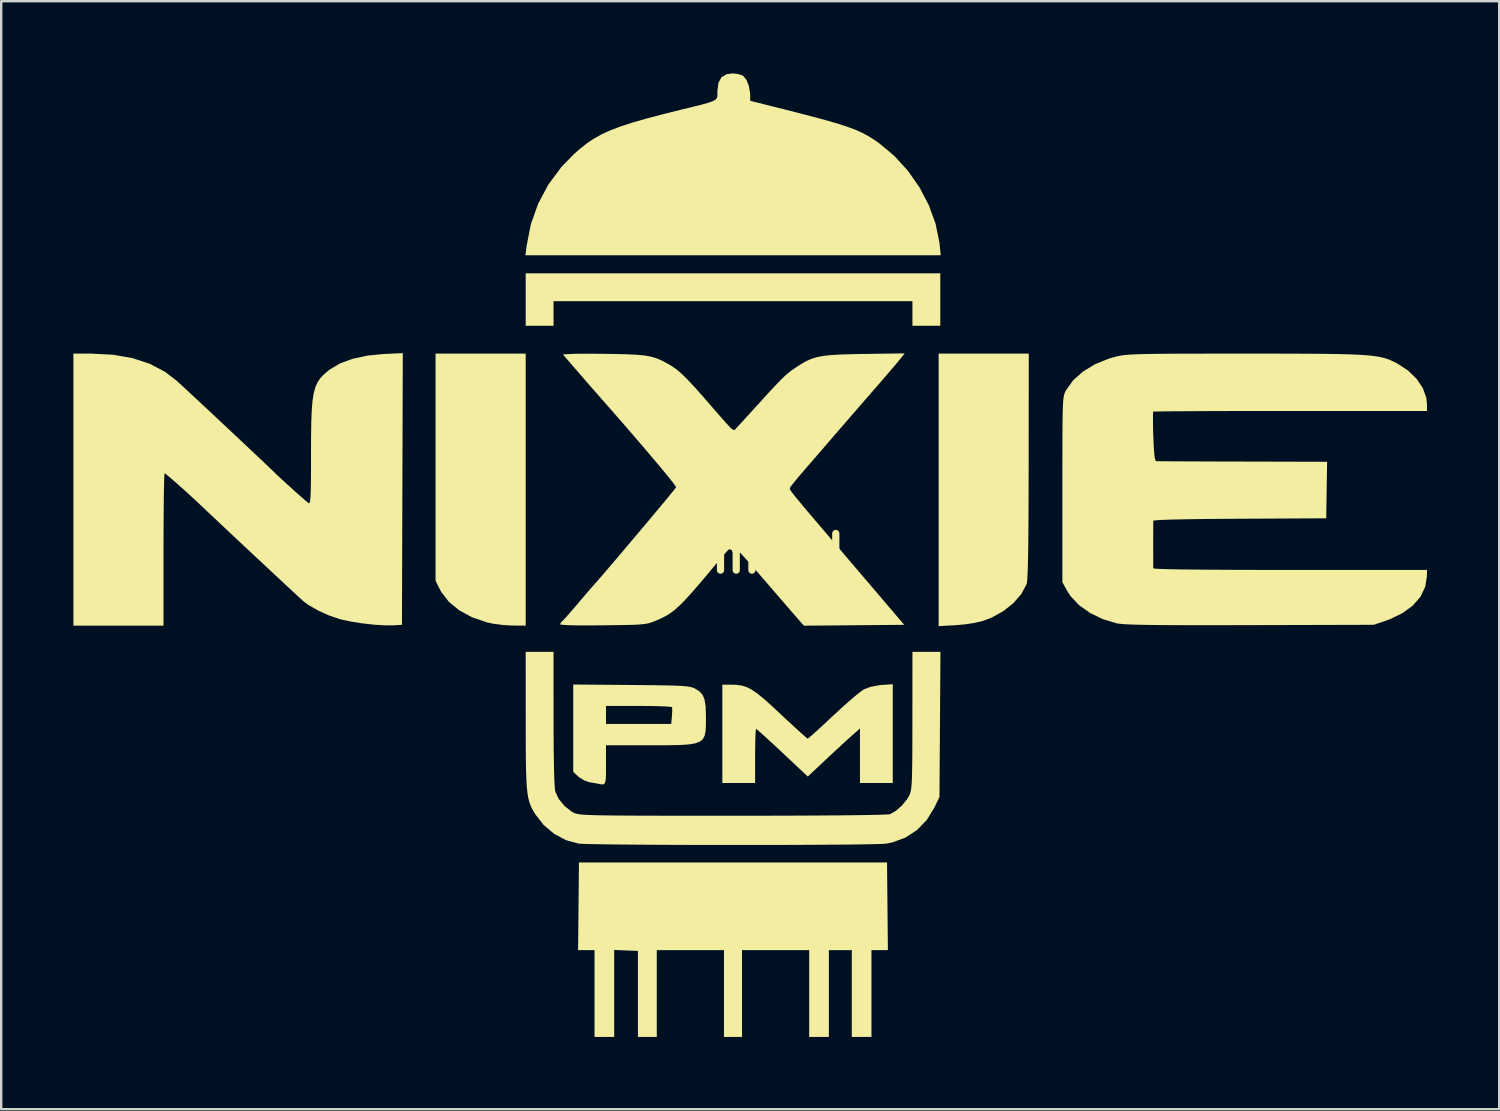
<source format=kicad_pcb>
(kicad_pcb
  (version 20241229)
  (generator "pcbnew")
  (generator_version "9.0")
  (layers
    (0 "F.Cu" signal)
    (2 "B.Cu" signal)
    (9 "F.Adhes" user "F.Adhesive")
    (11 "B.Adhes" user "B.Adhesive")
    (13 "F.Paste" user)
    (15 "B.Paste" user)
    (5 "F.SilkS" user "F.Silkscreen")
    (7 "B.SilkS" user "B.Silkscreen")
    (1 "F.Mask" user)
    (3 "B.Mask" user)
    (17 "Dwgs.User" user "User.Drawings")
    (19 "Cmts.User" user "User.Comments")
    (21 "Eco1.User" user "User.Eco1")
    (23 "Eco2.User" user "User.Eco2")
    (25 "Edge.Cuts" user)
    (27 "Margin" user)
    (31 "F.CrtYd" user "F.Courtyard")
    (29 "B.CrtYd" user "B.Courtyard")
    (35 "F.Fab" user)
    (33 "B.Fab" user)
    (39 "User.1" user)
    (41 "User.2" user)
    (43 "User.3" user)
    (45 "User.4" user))
  (footprint "symbol"
    (layer "F.Cu")
    (at 28.124 19.952)
    (property "Reference" "symbol" (at 0 0 0) (layer "F.SilkS") (effects (font (size 1.524 1.524) (thickness 0.3))))
    (attr board_only exclude_from_pos_files exclude_from_bom)
    (fp_poly (pts (xy 7.899 -9.465) (xy 6.742 -9.465) (xy 6.742 -10.487) (xy -8.172 -10.487) (xy -8.172 -9.465) (xy -9.329 -9.465) (xy -9.329 -11.645) (xy 7.899 -11.645)) (stroke (width 0) (type solid)) (fill yes) (layer "F.SilkS"))
    (fp_poly (pts (xy -9.329 2.996) (xy -9.891 2.992) (xy -10.267 2.971) (xy -10.662 2.919) (xy -10.939 2.861) (xy -11.559 2.648) (xy -12.089 2.362) (xy -12.519 2.009) (xy -12.836 1.6) (xy -12.899 1.484) (xy -13.075 1.131) (xy -13.075 -8.308) (xy -9.329 -8.308)) (stroke (width 0) (type solid)) (fill yes) (layer "F.SilkS"))
    (fp_poly (pts (xy 11.571 -3.626) (xy 11.569 -2.623) (xy 11.566 -1.75) (xy 11.561 -1.001) (xy 11.555 -0.37) (xy 11.547 0.15) (xy 11.537 0.564) (xy 11.525 0.879) (xy 11.512 1.1) (xy 11.496 1.234) (xy 11.486 1.272) (xy 11.27 1.677) (xy 10.941 2.057) (xy 10.523 2.391) (xy 10.037 2.66) (xy 9.68 2.797) (xy 9.342 2.879) (xy 8.925 2.943) (xy 8.529 2.978) (xy 7.831 3.016) (xy 7.831 -8.308) (xy 11.576 -8.308)) (stroke (width 0) (type solid)) (fill yes) (layer "F.SilkS"))
    (fp_poly (pts (xy 5.704 14.658) (xy 5.722 16.479) (xy 5.039 16.479) (xy 5.039 20.088) (xy 4.222 20.088) (xy 4.222 16.479) (xy 3.269 16.479) (xy 3.269 20.088) (xy 2.451 20.088) (xy 2.451 16.479) (xy -0.34 16.479) (xy -0.34 20.088) (xy -1.09 20.088) (xy -1.09 16.479) (xy -3.882 16.479) (xy -3.882 20.088) (xy -4.665 20.088) (xy -4.665 16.513) (xy -5.158 16.493) (xy -5.652 16.473) (xy -5.652 20.088) (xy -6.469 20.088) (xy -6.469 16.479) (xy -7.152 16.479) (xy -7.134 14.658) (xy -7.116 12.836) (xy 5.686 12.836)) (stroke (width 0) (type solid)) (fill yes) (layer "F.SilkS"))
    (fp_poly (pts (xy 5.924 9.534) (xy 4.562 9.534) (xy 4.562 7.269) (xy 4.224 7.567) (xy 4.049 7.724) (xy 3.804 7.948) (xy 3.518 8.213) (xy 3.221 8.49) (xy 3.139 8.566) (xy 2.393 9.267) (xy 1.339 8.277) (xy 1.025 7.984) (xy 0.745 7.725) (xy 0.513 7.514) (xy 0.344 7.365) (xy 0.255 7.292) (xy 0.245 7.286) (xy 0.231 7.351) (xy 0.22 7.529) (xy 0.211 7.798) (xy 0.206 8.136) (xy 0.204 8.41) (xy 0.204 9.534) (xy -1.158 9.534) (xy -1.158 5.448) (xy -0.83 5.448) (xy -0.578 5.455) (xy -0.358 5.485) (xy -0.152 5.548) (xy 0.061 5.655) (xy 0.297 5.817) (xy 0.577 6.045) (xy 0.918 6.35) (xy 1.261 6.67) (xy 1.58 6.968) (xy 1.866 7.232) (xy 2.104 7.448) (xy 2.279 7.604) (xy 2.376 7.685) (xy 2.39 7.693) (xy 2.449 7.649) (xy 2.592 7.525) (xy 2.803 7.335) (xy 3.066 7.093) (xy 3.367 6.812) (xy 3.445 6.739) (xy 3.77 6.437) (xy 4.081 6.161) (xy 4.356 5.925) (xy 4.576 5.748) (xy 4.72 5.646) (xy 4.733 5.639) (xy 5.004 5.539) (xy 5.349 5.473) (xy 5.465 5.462) (xy 5.924 5.429)) (stroke (width 0) (type solid)) (fill yes) (layer "F.SilkS"))
    (fp_poly (pts (xy -0.512 -19.928) (xy -0.326 -19.869) (xy -0.29 -19.848) (xy -0.159 -19.688) (xy -0.058 -19.437) (xy -0.005 -19.139) (xy -0.00038 -19.026) (xy 0 -18.814) (xy 1.413 -18.458) (xy 2.153 -18.27) (xy 2.776 -18.107) (xy 3.296 -17.964) (xy 3.729 -17.836) (xy 4.089 -17.716) (xy 4.392 -17.601) (xy 4.653 -17.484) (xy 4.886 -17.36) (xy 5.107 -17.224) (xy 5.331 -17.071) (xy 5.341 -17.064) (xy 5.981 -16.532) (xy 6.55 -15.909) (xy 7.036 -15.215) (xy 7.424 -14.473) (xy 7.704 -13.701) (xy 7.863 -12.923) (xy 7.872 -12.84) (xy 7.918 -12.394) (xy -9.339 -12.394) (xy -9.291 -12.785) (xy -9.115 -13.684) (xy -8.813 -14.535) (xy -8.39 -15.329) (xy -7.849 -16.058) (xy -7.349 -16.575) (xy -7.065 -16.827) (xy -6.785 -17.047) (xy -6.493 -17.243) (xy -6.174 -17.42) (xy -5.813 -17.586) (xy -5.394 -17.745) (xy -4.903 -17.905) (xy -4.324 -18.072) (xy -3.642 -18.252) (xy -2.842 -18.452) (xy -2.839 -18.453) (xy -2.361 -18.569) (xy -1.998 -18.66) (xy -1.736 -18.733) (xy -1.557 -18.796) (xy -1.446 -18.859) (xy -1.387 -18.928) (xy -1.364 -19.013) (xy -1.361 -19.123) (xy -1.362 -19.226) (xy -1.32 -19.561) (xy -1.192 -19.791) (xy -0.976 -19.92) (xy -0.733 -19.952)) (stroke (width 0) (type solid)) (fill yes) (layer "F.SilkS"))
    (fp_poly (pts (xy -4.954 5.462) (xy -4.312 5.468) (xy -3.792 5.474) (xy -3.378 5.482) (xy -3.057 5.491) (xy -2.813 5.504) (xy -2.632 5.52) (xy -2.498 5.541) (xy -2.399 5.567) (xy -2.318 5.599) (xy -2.295 5.61) (xy -2.108 5.726) (xy -1.978 5.871) (xy -1.896 6.07) (xy -1.853 6.351) (xy -1.839 6.736) (xy -1.839 6.811) (xy -1.84 7.12) (xy -1.852 7.368) (xy -1.89 7.562) (xy -1.965 7.709) (xy -2.092 7.816) (xy -2.283 7.888) (xy -2.553 7.933) (xy -2.915 7.956) (xy -3.381 7.966) (xy -3.967 7.967) (xy -4.185 7.967) (xy -5.992 7.967) (xy -5.992 8.784) (xy -5.993 9.137) (xy -6.002 9.375) (xy -6.027 9.516) (xy -6.077 9.583) (xy -6.162 9.595) (xy -6.29 9.573) (xy -6.333 9.564) (xy -6.466 9.539) (xy -6.659 9.506) (xy -6.686 9.502) (xy -6.904 9.426) (xy -7.116 9.292) (xy -7.145 9.266) (xy -7.354 9.07) (xy -7.354 7.082) (xy -5.992 7.082) (xy -3.282 7.082) (xy -3.253 6.759) (xy -3.241 6.558) (xy -3.243 6.416) (xy -3.25 6.384) (xy -3.323 6.368) (xy -3.511 6.355) (xy -3.794 6.344) (xy -4.15 6.336) (xy -4.558 6.333) (xy -4.635 6.333) (xy -5.992 6.333) (xy -5.992 7.082) (xy -7.354 7.082) (xy -7.354 5.443)) (stroke (width 0) (type solid)) (fill yes) (layer "F.SilkS"))
    (fp_poly (pts (xy -14.453 -2.683) (xy -14.471 2.962) (xy -14.845 2.984) (xy -15.21 2.984) (xy -15.657 2.954) (xy -16.137 2.899) (xy -16.603 2.825) (xy -17.005 2.738) (xy -17.069 2.721) (xy -17.512 2.569) (xy -17.952 2.37) (xy -18.34 2.148) (xy -18.556 1.991) (xy -18.637 1.918) (xy -18.805 1.764) (xy -19.048 1.539) (xy -19.352 1.256) (xy -19.706 0.926) (xy -20.097 0.561) (xy -20.514 0.172) (xy -20.942 -0.229) (xy -21.371 -0.631) (xy -21.788 -1.022) (xy -22.179 -1.39) (xy -22.534 -1.724) (xy -22.839 -2.013) (xy -22.956 -2.124) (xy -23.17 -2.323) (xy -23.413 -2.545) (xy -23.665 -2.77) (xy -23.903 -2.981) (xy -24.108 -3.158) (xy -24.258 -3.282) (xy -24.331 -3.336) (xy -24.334 -3.337) (xy -24.343 -3.271) (xy -24.351 -3.082) (xy -24.359 -2.784) (xy -24.366 -2.39) (xy -24.371 -1.913) (xy -24.375 -1.367) (xy -24.378 -0.764) (xy -24.379 -0.17) (xy -24.379 2.996) (xy -28.124 2.996) (xy -28.124 -8.308) (xy -27.384 -8.308) (xy -26.478 -8.261) (xy -25.668 -8.12) (xy -24.949 -7.884) (xy -24.317 -7.551) (xy -23.838 -7.185) (xy -23.703 -7.062) (xy -23.486 -6.861) (xy -23.202 -6.598) (xy -22.865 -6.284) (xy -22.491 -5.934) (xy -22.092 -5.561) (xy -21.685 -5.179) (xy -21.282 -4.801) (xy -20.9 -4.442) (xy -20.552 -4.114) (xy -20.252 -3.831) (xy -20.016 -3.607) (xy -19.857 -3.455) (xy -19.811 -3.409) (xy -19.655 -3.26) (xy -19.445 -3.064) (xy -19.203 -2.843) (xy -18.953 -2.617) (xy -18.718 -2.408) (xy -18.521 -2.236) (xy -18.386 -2.123) (xy -18.342 -2.091) (xy -18.316 -2.094) (xy -18.295 -2.149) (xy -18.278 -2.266) (xy -18.266 -2.458) (xy -18.258 -2.739) (xy -18.253 -3.12) (xy -18.25 -3.613) (xy -18.25 -4.136) (xy -18.248 -4.852) (xy -18.239 -5.446) (xy -18.22 -5.934) (xy -18.189 -6.329) (xy -18.141 -6.647) (xy -18.073 -6.903) (xy -17.982 -7.111) (xy -17.865 -7.286) (xy -17.718 -7.442) (xy -17.539 -7.594) (xy -17.465 -7.652) (xy -17.045 -7.9) (xy -16.517 -8.094) (xy -15.9 -8.226) (xy -15.236 -8.291) (xy -14.436 -8.328)) (stroke (width 0) (type solid)) (fill yes) (layer "F.SilkS"))
    (fp_poly (pts (xy -8.171 6.861) (xy -8.169 7.605) (xy -8.164 8.261) (xy -8.155 8.819) (xy -8.143 9.272) (xy -8.128 9.61) (xy -8.111 9.826) (xy -8.099 9.893) (xy -7.957 10.197) (xy -7.72 10.487) (xy -7.428 10.718) (xy -7.347 10.763) (xy -7.299 10.786) (xy -7.244 10.805) (xy -7.174 10.822) (xy -7.078 10.837) (xy -6.95 10.85) (xy -6.781 10.861) (xy -6.562 10.869) (xy -6.285 10.877) (xy -5.94 10.882) (xy -5.521 10.887) (xy -5.018 10.89) (xy -4.423 10.893) (xy -3.727 10.894) (xy -2.922 10.895) (xy -2 10.895) (xy -0.952 10.895) (xy -0.722 10.895) (xy 0.313 10.895) (xy 1.282 10.893) (xy 2.177 10.89) (xy 2.991 10.885) (xy 3.716 10.88) (xy 4.346 10.873) (xy 4.874 10.866) (xy 5.291 10.857) (xy 5.591 10.848) (xy 5.767 10.838) (xy 5.81 10.832) (xy 6.05 10.694) (xy 6.298 10.476) (xy 6.51 10.223) (xy 6.615 10.045) (xy 6.645 9.968) (xy 6.67 9.878) (xy 6.691 9.76) (xy 6.707 9.601) (xy 6.719 9.388) (xy 6.727 9.107) (xy 6.733 8.746) (xy 6.737 8.291) (xy 6.739 7.728) (xy 6.74 7.044) (xy 6.74 6.929) (xy 6.742 4.086) (xy 7.906 4.086) (xy 7.885 7.099) (xy 7.865 10.112) (xy 7.654 10.555) (xy 7.336 11.072) (xy 6.929 11.493) (xy 6.444 11.808) (xy 5.893 12.008) (xy 5.643 12.056) (xy 5.507 12.065) (xy 5.247 12.074) (xy 4.875 12.082) (xy 4.404 12.089) (xy 3.846 12.095) (xy 3.213 12.099) (xy 2.517 12.103) (xy 1.771 12.107) (xy 0.986 12.109) (xy 0.176 12.11) (xy -0.648 12.11) (xy -1.474 12.11) (xy -2.289 12.108) (xy -3.08 12.106) (xy -3.837 12.102) (xy -4.546 12.098) (xy -5.195 12.093) (xy -5.772 12.087) (xy -6.264 12.08) (xy -6.661 12.072) (xy -6.948 12.064) (xy -7.114 12.054) (xy -7.135 12.052) (xy -7.658 11.909) (xy -8.148 11.647) (xy -8.582 11.281) (xy -8.935 10.828) (xy -8.966 10.777) (xy -9.05 10.629) (xy -9.12 10.485) (xy -9.177 10.331) (xy -9.223 10.153) (xy -9.258 9.938) (xy -9.285 9.672) (xy -9.303 9.341) (xy -9.316 8.931) (xy -9.323 8.43) (xy -9.327 7.822) (xy -9.328 7.095) (xy -9.328 6.929) (xy -9.329 4.086) (xy -8.172 4.086)) (stroke (width 0) (type solid)) (fill yes) (layer "F.SilkS"))
    (fp_poly (pts (xy 21.569 -8.308) (xy 22.443 -8.306) (xy 23.201 -8.303) (xy 23.853 -8.298) (xy 24.409 -8.29) (xy 24.878 -8.278) (xy 25.272 -8.262) (xy 25.599 -8.241) (xy 25.87 -8.215) (xy 26.096 -8.182) (xy 26.285 -8.142) (xy 26.448 -8.095) (xy 26.595 -8.039) (xy 26.736 -7.975) (xy 26.882 -7.9) (xy 26.903 -7.889) (xy 27.34 -7.603) (xy 27.694 -7.258) (xy 27.95 -6.875) (xy 28.096 -6.472) (xy 28.123 -6.214) (xy 28.124 -5.924) (xy 22.449 -5.924) (xy 21.582 -5.924) (xy 20.755 -5.923) (xy 19.978 -5.922) (xy 19.26 -5.92) (xy 18.612 -5.917) (xy 18.045 -5.914) (xy 17.567 -5.911) (xy 17.189 -5.907) (xy 16.921 -5.903) (xy 16.773 -5.899) (xy 16.746 -5.896) (xy 16.738 -5.822) (xy 16.736 -5.636) (xy 16.739 -5.363) (xy 16.746 -5.028) (xy 16.752 -4.858) (xy 16.77 -4.434) (xy 16.791 -4.133) (xy 16.818 -3.944) (xy 16.851 -3.852) (xy 16.871 -3.839) (xy 16.954 -3.837) (xy 17.16 -3.835) (xy 17.475 -3.833) (xy 17.888 -3.831) (xy 18.385 -3.829) (xy 18.952 -3.826) (xy 19.576 -3.824) (xy 20.245 -3.822) (xy 20.465 -3.822) (xy 23.973 -3.813) (xy 23.955 -2.639) (xy 23.936 -1.464) (xy 20.344 -1.446) (xy 19.474 -1.441) (xy 18.718 -1.433) (xy 18.08 -1.424) (xy 17.562 -1.413) (xy 17.168 -1.4) (xy 16.902 -1.386) (xy 16.767 -1.37) (xy 16.75 -1.361) (xy 16.749 -1.271) (xy 16.748 -1.073) (xy 16.748 -0.792) (xy 16.747 -0.458) (xy 16.747 -0.375) (xy 16.748 -0.031) (xy 16.748 0.265) (xy 16.749 0.485) (xy 16.749 0.603) (xy 16.75 0.613) (xy 16.818 0.627) (xy 17.021 0.639) (xy 17.359 0.65) (xy 17.83 0.659) (xy 18.432 0.666) (xy 19.165 0.672) (xy 20.028 0.677) (xy 21.02 0.68) (xy 22.14 0.681) (xy 22.438 0.681) (xy 28.124 0.681) (xy 28.121 0.936) (xy 28.05 1.385) (xy 27.853 1.795) (xy 27.535 2.162) (xy 27.102 2.478) (xy 26.561 2.738) (xy 26.385 2.801) (xy 25.911 2.961) (xy 20.769 2.975) (xy 19.762 2.977) (xy 18.882 2.978) (xy 18.121 2.977) (xy 17.47 2.975) (xy 16.919 2.971) (xy 16.462 2.965) (xy 16.088 2.957) (xy 15.789 2.948) (xy 15.557 2.936) (xy 15.382 2.921) (xy 15.255 2.905) (xy 15.211 2.896) (xy 14.639 2.721) (xy 14.118 2.466) (xy 13.67 2.148) (xy 13.32 1.78) (xy 13.177 1.561) (xy 12.972 1.192) (xy 12.972 -2.656) (xy 12.972 -3.476) (xy 12.973 -4.172) (xy 12.974 -4.754) (xy 12.977 -5.233) (xy 12.981 -5.621) (xy 12.988 -5.929) (xy 12.996 -6.168) (xy 13.008 -6.35) (xy 13.023 -6.485) (xy 13.041 -6.584) (xy 13.064 -6.66) (xy 13.091 -6.723) (xy 13.12 -6.78) (xy 13.415 -7.192) (xy 13.823 -7.559) (xy 14.328 -7.866) (xy 14.911 -8.102) (xy 15.158 -8.173) (xy 15.264 -8.199) (xy 15.373 -8.221) (xy 15.496 -8.24) (xy 15.643 -8.256) (xy 15.824 -8.27) (xy 16.049 -8.28) (xy 16.329 -8.289) (xy 16.674 -8.295) (xy 17.095 -8.3) (xy 17.601 -8.304) (xy 18.204 -8.306) (xy 18.913 -8.307) (xy 19.738 -8.308) (xy 20.569 -8.308)) (stroke (width 0) (type solid)) (fill yes) (layer "F.SilkS"))
    (fp_poly (pts (xy 6.213 -8.058) (xy 6.108 -7.931) (xy 5.93 -7.721) (xy 5.693 -7.445) (xy 5.415 -7.122) (xy 5.111 -6.772) (xy 4.96 -6.598) (xy 4.624 -6.212) (xy 4.283 -5.819) (xy 3.958 -5.444) (xy 3.672 -5.114) (xy 3.446 -4.853) (xy 3.395 -4.793) (xy 3.131 -4.487) (xy 2.82 -4.127) (xy 2.506 -3.764) (xy 2.283 -3.507) (xy 2.06 -3.247) (xy 1.87 -3.019) (xy 1.73 -2.846) (xy 1.659 -2.748) (xy 1.655 -2.74) (xy 1.647 -2.719) (xy 1.646 -2.694) (xy 1.659 -2.658) (xy 1.693 -2.601) (xy 1.755 -2.514) (xy 1.853 -2.389) (xy 1.993 -2.218) (xy 2.182 -1.991) (xy 2.428 -1.699) (xy 2.738 -1.335) (xy 3.118 -0.889) (xy 3.575 -0.352) (xy 3.847 -0.034) (xy 4.236 0.423) (xy 4.62 0.873) (xy 4.983 1.299) (xy 5.312 1.684) (xy 5.591 2.012) (xy 5.806 2.264) (xy 5.907 2.383) (xy 6.399 2.962) (xy 4.316 2.98) (xy 2.233 2.998) (xy 2.036 2.776) (xy 1.941 2.666) (xy 1.77 2.469) (xy 1.537 2.201) (xy 1.257 1.877) (xy 0.943 1.513) (xy 0.609 1.126) (xy 0.596 1.111) (xy 0.271 0.736) (xy -0.027 0.397) (xy -0.287 0.108) (xy -0.495 -0.119) (xy -0.641 -0.27) (xy -0.712 -0.332) (xy -0.715 -0.333) (xy -0.783 -0.283) (xy -0.916 -0.148) (xy -1.096 0.051) (xy -1.294 0.283) (xy -1.743 0.823) (xy -2.119 1.268) (xy -2.433 1.63) (xy -2.696 1.919) (xy -2.92 2.148) (xy -3.118 2.326) (xy -3.3 2.466) (xy -3.478 2.579) (xy -3.664 2.676) (xy -3.87 2.769) (xy -3.882 2.773) (xy -4.018 2.83) (xy -4.141 2.874) (xy -4.269 2.908) (xy -4.422 2.932) (xy -4.618 2.95) (xy -4.878 2.962) (xy -5.22 2.97) (xy -5.663 2.977) (xy -6.112 2.983) (xy -6.694 2.987) (xy -7.169 2.986) (xy -7.532 2.978) (xy -7.774 2.965) (xy -7.89 2.946) (xy -7.899 2.938) (xy -7.857 2.853) (xy -7.848 2.849) (xy -7.787 2.791) (xy -7.657 2.649) (xy -7.475 2.443) (xy -7.26 2.194) (xy -7.219 2.145) (xy -6.997 1.884) (xy -6.803 1.658) (xy -6.657 1.487) (xy -6.577 1.396) (xy -6.572 1.39) (xy -6.445 1.247) (xy -6.253 1.027) (xy -6.008 0.742) (xy -5.721 0.407) (xy -5.404 0.034) (xy -5.069 -0.362) (xy -4.726 -0.768) (xy -4.387 -1.17) (xy -4.064 -1.556) (xy -3.768 -1.91) (xy -3.51 -2.219) (xy -3.303 -2.471) (xy -3.157 -2.65) (xy -3.085 -2.745) (xy -3.079 -2.755) (xy -3.118 -2.824) (xy -3.239 -2.986) (xy -3.436 -3.231) (xy -3.7 -3.551) (xy -4.023 -3.936) (xy -4.398 -4.377) (xy -4.816 -4.865) (xy -5.271 -5.391) (xy -5.754 -5.945) (xy -6.257 -6.518) (xy -6.394 -6.673) (xy -6.614 -6.923) (xy -6.88 -7.228) (xy -7.15 -7.54) (xy -7.284 -7.695) (xy -7.783 -8.274) (xy -7.415 -8.295) (xy -7.232 -8.301) (xy -6.94 -8.303) (xy -6.569 -8.303) (xy -6.148 -8.299) (xy -5.703 -8.293) (xy -5.686 -8.293) (xy -5.155 -8.281) (xy -4.734 -8.262) (xy -4.399 -8.231) (xy -4.125 -8.182) (xy -3.885 -8.111) (xy -3.655 -8.011) (xy -3.41 -7.879) (xy -3.246 -7.782) (xy -3.065 -7.656) (xy -2.858 -7.479) (xy -2.611 -7.236) (xy -2.31 -6.915) (xy -1.942 -6.501) (xy -1.893 -6.444) (xy -1.535 -6.033) (xy -1.257 -5.713) (xy -1.047 -5.475) (xy -0.894 -5.308) (xy -0.788 -5.201) (xy -0.716 -5.146) (xy -0.669 -5.131) (xy -0.635 -5.147) (xy -0.603 -5.183) (xy -0.569 -5.221) (xy -0.476 -5.321) (xy -0.313 -5.497) (xy -0.105 -5.725) (xy 0.128 -5.98) (xy 0.136 -5.99) (xy 0.524 -6.417) (xy 0.834 -6.755) (xy 1.081 -7.019) (xy 1.278 -7.222) (xy 1.437 -7.376) (xy 1.573 -7.496) (xy 1.699 -7.595) (xy 1.828 -7.686) (xy 1.839 -7.694) (xy 2.091 -7.859) (xy 2.317 -7.989) (xy 2.539 -8.089) (xy 2.777 -8.163) (xy 3.053 -8.215) (xy 3.388 -8.25) (xy 3.803 -8.273) (xy 4.319 -8.287) (xy 4.726 -8.294) (xy 6.421 -8.318)) (stroke (width 0) (type solid)) (fill yes) (layer "F.SilkS")))
  (gr_rect
    (start -3 -3)
    (end 59.248 43.041)
    (stroke (width 0.1) (type default))
    (fill no)
    (layer "Edge.Cuts")))
</source>
